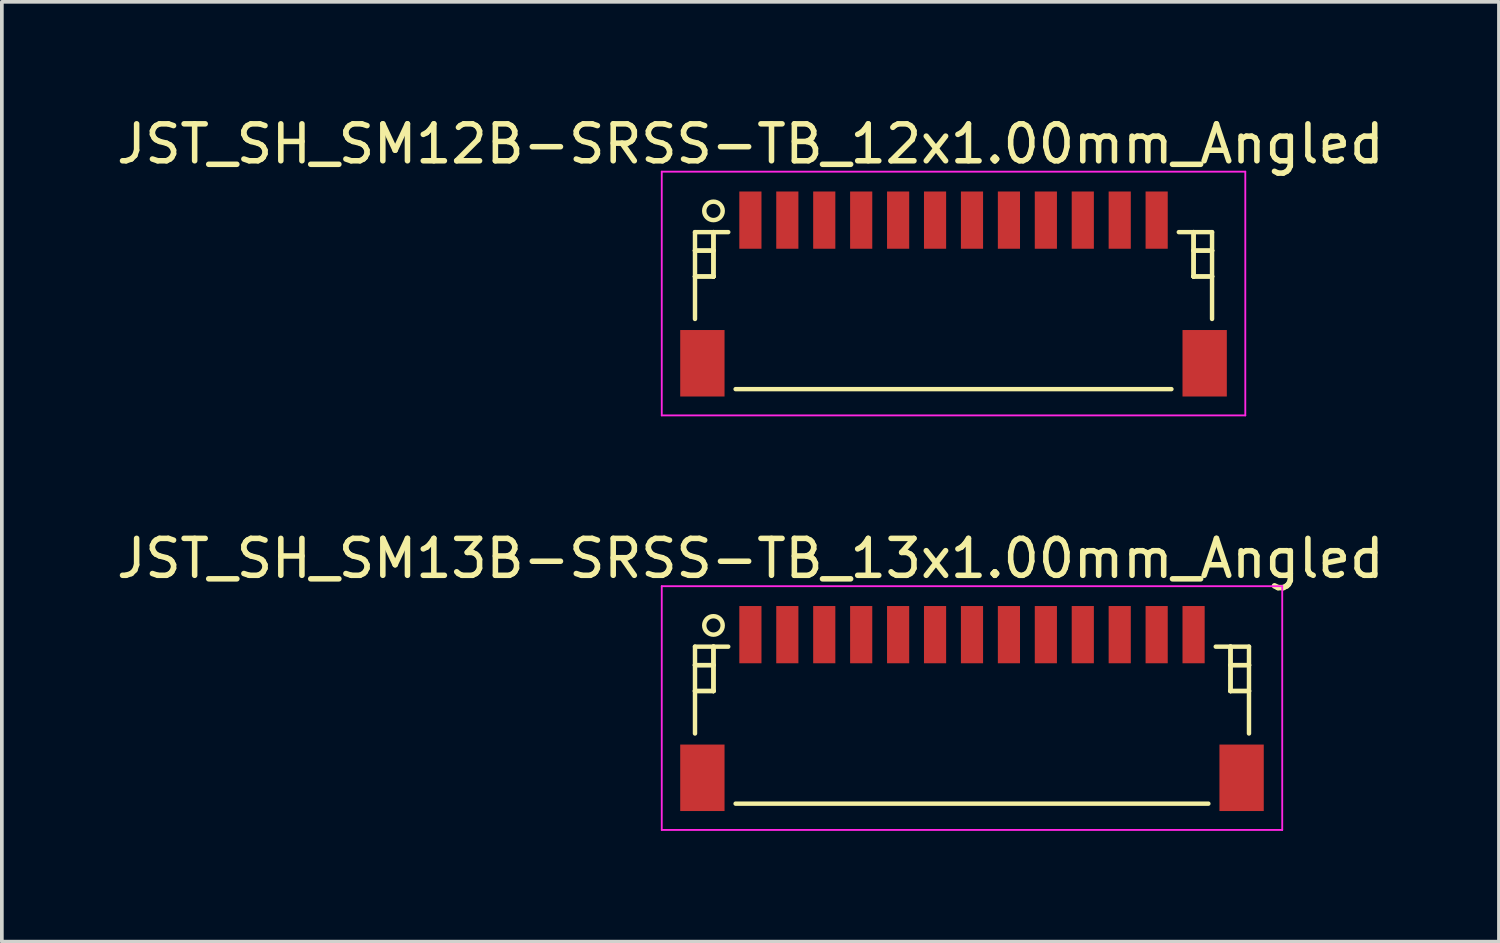
<source format=kicad_pcb>
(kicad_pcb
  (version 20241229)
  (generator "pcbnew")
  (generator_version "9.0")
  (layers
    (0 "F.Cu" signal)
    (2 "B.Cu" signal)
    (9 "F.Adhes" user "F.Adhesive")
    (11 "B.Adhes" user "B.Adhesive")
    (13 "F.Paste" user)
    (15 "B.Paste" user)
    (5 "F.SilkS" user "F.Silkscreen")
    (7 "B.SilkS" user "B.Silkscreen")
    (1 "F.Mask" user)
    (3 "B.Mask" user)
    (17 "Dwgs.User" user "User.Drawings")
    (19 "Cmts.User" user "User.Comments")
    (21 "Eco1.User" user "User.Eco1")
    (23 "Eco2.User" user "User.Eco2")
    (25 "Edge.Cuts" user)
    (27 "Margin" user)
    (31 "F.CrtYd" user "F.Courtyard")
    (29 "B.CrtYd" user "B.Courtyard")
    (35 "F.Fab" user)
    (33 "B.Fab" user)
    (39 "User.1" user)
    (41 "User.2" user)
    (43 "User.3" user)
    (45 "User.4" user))
  (footprint "JST_SH_SM13B-SRSS-TB_13x1.00mm_Angled"
    (layer "F.Cu")
    (at 23.268 16.072)
    (property "Reference" "JST_SH_SM13B-SRSS-TB_13x1.00mm_Angled" (at -6 -4 0) (layer "F.SilkS") (effects (font (size 1 1) (thickness 0.15))))
    (attr smd)
    (fp_line (start -7.5 -1.613) (end -6.6 -1.613) (stroke (width 0.12) (type solid)) (layer "F.SilkS"))
    (fp_line (start -7.5 -1.113) (end -7.5 -1.113) (stroke (width 0.12) (type solid)) (layer "F.SilkS"))
    (fp_line (start -7.5 -1.113) (end -7 -1.113) (stroke (width 0.12) (type solid)) (layer "F.SilkS"))
    (fp_line (start -7.5 -0.412) (end -7.5 -0.412) (stroke (width 0.12) (type solid)) (layer "F.SilkS"))
    (fp_line (start -7.5 -0.412) (end -7 -0.412) (stroke (width 0.12) (type solid)) (layer "F.SilkS"))
    (fp_line (start -7.5 0.738) (end -7.5 -1.613) (stroke (width 0.12) (type solid)) (layer "F.SilkS"))
    (fp_line (start -7 -1.613) (end -7 -1.613) (stroke (width 0.12) (type solid)) (layer "F.SilkS"))
    (fp_line (start -7 -1.613) (end -7 -0.412) (stroke (width 0.12) (type solid)) (layer "F.SilkS"))
    (fp_line (start -7 -1.113) (end -7.5 -1.113) (stroke (width 0.12) (type solid)) (layer "F.SilkS"))
    (fp_line (start -7 -1.113) (end -7 -1.113) (stroke (width 0.12) (type solid)) (layer "F.SilkS"))
    (fp_line (start -7 -0.412) (end -7.5 -0.412) (stroke (width 0.12) (type solid)) (layer "F.SilkS"))
    (fp_line (start -7 -0.412) (end -7 -1.613) (stroke (width 0.12) (type solid)) (layer "F.SilkS"))
    (fp_line (start -7 -0.412) (end -7 -0.412) (stroke (width 0.12) (type solid)) (layer "F.SilkS"))
    (fp_line (start -7 -0.412) (end -7 -0.412) (stroke (width 0.12) (type solid)) (layer "F.SilkS"))
    (fp_line (start -6.4 2.638) (end 6.4 2.638) (stroke (width 0.12) (type solid)) (layer "F.SilkS"))
    (fp_line (start 7 -1.613) (end 7 -1.613) (stroke (width 0.12) (type solid)) (layer "F.SilkS"))
    (fp_line (start 7 -1.613) (end 7 -0.412) (stroke (width 0.12) (type solid)) (layer "F.SilkS"))
    (fp_line (start 7 -1.113) (end 7 -1.113) (stroke (width 0.12) (type solid)) (layer "F.SilkS"))
    (fp_line (start 7 -1.113) (end 7.5 -1.113) (stroke (width 0.12) (type solid)) (layer "F.SilkS"))
    (fp_line (start 7 -0.412) (end 7 -1.613) (stroke (width 0.12) (type solid)) (layer "F.SilkS"))
    (fp_line (start 7 -0.412) (end 7 -0.412) (stroke (width 0.12) (type solid)) (layer "F.SilkS"))
    (fp_line (start 7 -0.412) (end 7 -0.412) (stroke (width 0.12) (type solid)) (layer "F.SilkS"))
    (fp_line (start 7 -0.412) (end 7.5 -0.412) (stroke (width 0.12) (type solid)) (layer "F.SilkS"))
    (fp_line (start 7.5 -1.613) (end 6.6 -1.613) (stroke (width 0.12) (type solid)) (layer "F.SilkS"))
    (fp_line (start 7.5 -1.113) (end 7 -1.113) (stroke (width 0.12) (type solid)) (layer "F.SilkS"))
    (fp_line (start 7.5 -1.113) (end 7.5 -1.113) (stroke (width 0.12) (type solid)) (layer "F.SilkS"))
    (fp_line (start 7.5 -0.412) (end 7 -0.412) (stroke (width 0.12) (type solid)) (layer "F.SilkS"))
    (fp_line (start 7.5 -0.412) (end 7.5 -0.412) (stroke (width 0.12) (type solid)) (layer "F.SilkS"))
    (fp_line (start 7.5 0.738) (end 7.5 -1.613) (stroke (width 0.12) (type solid)) (layer "F.SilkS"))
    (fp_circle (center -7 -2.188) (end -6.75 -2.188) (stroke (width 0.12) (type solid)) (fill no) (layer "F.SilkS"))
    (fp_line (start -8.4 -3.25) (end 8.4 -3.25) (stroke (width 0.05) (type solid)) (layer "F.CrtYd"))
    (fp_line (start -8.4 3.35) (end -8.4 -3.25) (stroke (width 0.05) (type solid)) (layer "F.CrtYd"))
    (fp_line (start 8.4 -3.25) (end 8.4 3.35) (stroke (width 0.05) (type solid)) (layer "F.CrtYd"))
    (fp_line (start 8.4 3.35) (end -8.4 3.35) (stroke (width 0.05) (type solid)) (layer "F.CrtYd"))
    (pad "" smd rect (at -7.3 1.938) (size 1.2 1.8) (layers "F.Cu" "F.Mask" "F.Paste"))
    (pad "" smd rect (at 7.3 1.938) (size 1.2 1.8) (layers "F.Cu" "F.Mask" "F.Paste"))
    (pad "1" smd rect (at -6 -1.938) (size 0.6 1.55) (layers "F.Cu" "F.Mask" "F.Paste"))
    (pad "2" smd rect (at -5 -1.938) (size 0.6 1.55) (layers "F.Cu" "F.Mask" "F.Paste"))
    (pad "3" smd rect (at -4 -1.938) (size 0.6 1.55) (layers "F.Cu" "F.Mask" "F.Paste"))
    (pad "4" smd rect (at -3 -1.938) (size 0.6 1.55) (layers "F.Cu" "F.Mask" "F.Paste"))
    (pad "5" smd rect (at -2 -1.938) (size 0.6 1.55) (layers "F.Cu" "F.Mask" "F.Paste"))
    (pad "6" smd rect (at -1 -1.938) (size 0.6 1.55) (layers "F.Cu" "F.Mask" "F.Paste"))
    (pad "7" smd rect (at 0 -1.938) (size 0.6 1.55) (layers "F.Cu" "F.Mask" "F.Paste"))
    (pad "8" smd rect (at 1 -1.938) (size 0.6 1.55) (layers "F.Cu" "F.Mask" "F.Paste"))
    (pad "9" smd rect (at 2 -1.938) (size 0.6 1.55) (layers "F.Cu" "F.Mask" "F.Paste"))
    (pad "10" smd rect (at 3 -1.938) (size 0.6 1.55) (layers "F.Cu" "F.Mask" "F.Paste"))
    (pad "11" smd rect (at 4 -1.938) (size 0.6 1.55) (layers "F.Cu" "F.Mask" "F.Paste"))
    (pad "12" smd rect (at 5 -1.938) (size 0.6 1.55) (layers "F.Cu" "F.Mask" "F.Paste"))
    (pad "13" smd rect (at 6 -1.938) (size 0.6 1.55) (layers "F.Cu" "F.Mask" "F.Paste")))
  (footprint "JST_SH_SM12B-SRSS-TB_12x1.00mm_Angled"
    (layer "F.Cu")
    (at 22.768 4.848)
    (property "Reference" "JST_SH_SM12B-SRSS-TB_12x1.00mm_Angled" (at -5.5 -4 0) (layer "F.SilkS") (effects (font (size 1 1) (thickness 0.15))))
    (attr smd)
    (fp_line (start -7 -1.613) (end -6.1 -1.613) (stroke (width 0.12) (type solid)) (layer "F.SilkS"))
    (fp_line (start -7 -1.113) (end -7 -1.113) (stroke (width 0.12) (type solid)) (layer "F.SilkS"))
    (fp_line (start -7 -1.113) (end -6.5 -1.113) (stroke (width 0.12) (type solid)) (layer "F.SilkS"))
    (fp_line (start -7 -0.412) (end -7 -0.412) (stroke (width 0.12) (type solid)) (layer "F.SilkS"))
    (fp_line (start -7 -0.412) (end -6.5 -0.412) (stroke (width 0.12) (type solid)) (layer "F.SilkS"))
    (fp_line (start -7 0.738) (end -7 -1.613) (stroke (width 0.12) (type solid)) (layer "F.SilkS"))
    (fp_line (start -6.5 -1.613) (end -6.5 -1.613) (stroke (width 0.12) (type solid)) (layer "F.SilkS"))
    (fp_line (start -6.5 -1.613) (end -6.5 -0.412) (stroke (width 0.12) (type solid)) (layer "F.SilkS"))
    (fp_line (start -6.5 -1.113) (end -7 -1.113) (stroke (width 0.12) (type solid)) (layer "F.SilkS"))
    (fp_line (start -6.5 -1.113) (end -6.5 -1.113) (stroke (width 0.12) (type solid)) (layer "F.SilkS"))
    (fp_line (start -6.5 -0.412) (end -7 -0.412) (stroke (width 0.12) (type solid)) (layer "F.SilkS"))
    (fp_line (start -6.5 -0.412) (end -6.5 -1.613) (stroke (width 0.12) (type solid)) (layer "F.SilkS"))
    (fp_line (start -6.5 -0.412) (end -6.5 -0.412) (stroke (width 0.12) (type solid)) (layer "F.SilkS"))
    (fp_line (start -6.5 -0.412) (end -6.5 -0.412) (stroke (width 0.12) (type solid)) (layer "F.SilkS"))
    (fp_line (start -5.9 2.638) (end 5.9 2.638) (stroke (width 0.12) (type solid)) (layer "F.SilkS"))
    (fp_line (start 6.5 -1.613) (end 6.5 -1.613) (stroke (width 0.12) (type solid)) (layer "F.SilkS"))
    (fp_line (start 6.5 -1.613) (end 6.5 -0.412) (stroke (width 0.12) (type solid)) (layer "F.SilkS"))
    (fp_line (start 6.5 -1.113) (end 6.5 -1.113) (stroke (width 0.12) (type solid)) (layer "F.SilkS"))
    (fp_line (start 6.5 -1.113) (end 7 -1.113) (stroke (width 0.12) (type solid)) (layer "F.SilkS"))
    (fp_line (start 6.5 -0.412) (end 6.5 -1.613) (stroke (width 0.12) (type solid)) (layer "F.SilkS"))
    (fp_line (start 6.5 -0.412) (end 6.5 -0.412) (stroke (width 0.12) (type solid)) (layer "F.SilkS"))
    (fp_line (start 6.5 -0.412) (end 6.5 -0.412) (stroke (width 0.12) (type solid)) (layer "F.SilkS"))
    (fp_line (start 6.5 -0.412) (end 7 -0.412) (stroke (width 0.12) (type solid)) (layer "F.SilkS"))
    (fp_line (start 7 -1.613) (end 6.1 -1.613) (stroke (width 0.12) (type solid)) (layer "F.SilkS"))
    (fp_line (start 7 -1.113) (end 6.5 -1.113) (stroke (width 0.12) (type solid)) (layer "F.SilkS"))
    (fp_line (start 7 -1.113) (end 7 -1.113) (stroke (width 0.12) (type solid)) (layer "F.SilkS"))
    (fp_line (start 7 -0.412) (end 6.5 -0.412) (stroke (width 0.12) (type solid)) (layer "F.SilkS"))
    (fp_line (start 7 -0.412) (end 7 -0.412) (stroke (width 0.12) (type solid)) (layer "F.SilkS"))
    (fp_line (start 7 0.738) (end 7 -1.613) (stroke (width 0.12) (type solid)) (layer "F.SilkS"))
    (fp_circle (center -6.5 -2.188) (end -6.25 -2.188) (stroke (width 0.12) (type solid)) (fill no) (layer "F.SilkS"))
    (fp_line (start -7.9 -3.25) (end 7.9 -3.25) (stroke (width 0.05) (type solid)) (layer "F.CrtYd"))
    (fp_line (start -7.9 3.35) (end -7.9 -3.25) (stroke (width 0.05) (type solid)) (layer "F.CrtYd"))
    (fp_line (start 7.9 -3.25) (end 7.9 3.35) (stroke (width 0.05) (type solid)) (layer "F.CrtYd"))
    (fp_line (start 7.9 3.35) (end -7.9 3.35) (stroke (width 0.05) (type solid)) (layer "F.CrtYd"))
    (pad "" smd rect (at -6.8 1.938) (size 1.2 1.8) (layers "F.Cu" "F.Mask" "F.Paste"))
    (pad "" smd rect (at 6.8 1.938) (size 1.2 1.8) (layers "F.Cu" "F.Mask" "F.Paste"))
    (pad "1" smd rect (at -5.5 -1.938) (size 0.6 1.55) (layers "F.Cu" "F.Mask" "F.Paste"))
    (pad "2" smd rect (at -4.5 -1.938) (size 0.6 1.55) (layers "F.Cu" "F.Mask" "F.Paste"))
    (pad "3" smd rect (at -3.5 -1.938) (size 0.6 1.55) (layers "F.Cu" "F.Mask" "F.Paste"))
    (pad "4" smd rect (at -2.5 -1.938) (size 0.6 1.55) (layers "F.Cu" "F.Mask" "F.Paste"))
    (pad "5" smd rect (at -1.5 -1.938) (size 0.6 1.55) (layers "F.Cu" "F.Mask" "F.Paste"))
    (pad "6" smd rect (at -0.5 -1.938) (size 0.6 1.55) (layers "F.Cu" "F.Mask" "F.Paste"))
    (pad "7" smd rect (at 0.5 -1.938) (size 0.6 1.55) (layers "F.Cu" "F.Mask" "F.Paste"))
    (pad "8" smd rect (at 1.5 -1.938) (size 0.6 1.55) (layers "F.Cu" "F.Mask" "F.Paste"))
    (pad "9" smd rect (at 2.5 -1.938) (size 0.6 1.55) (layers "F.Cu" "F.Mask" "F.Paste"))
    (pad "10" smd rect (at 3.5 -1.938) (size 0.6 1.55) (layers "F.Cu" "F.Mask" "F.Paste"))
    (pad "11" smd rect (at 4.5 -1.938) (size 0.6 1.55) (layers "F.Cu" "F.Mask" "F.Paste"))
    (pad "12" smd rect (at 5.5 -1.938) (size 0.6 1.55) (layers "F.Cu" "F.Mask" "F.Paste")))
  (gr_rect
    (start -3 -3)
    (end 37.536 22.447)
    (stroke (width 0.1) (type default))
    (fill no)
    (layer "Edge.Cuts")))
</source>
